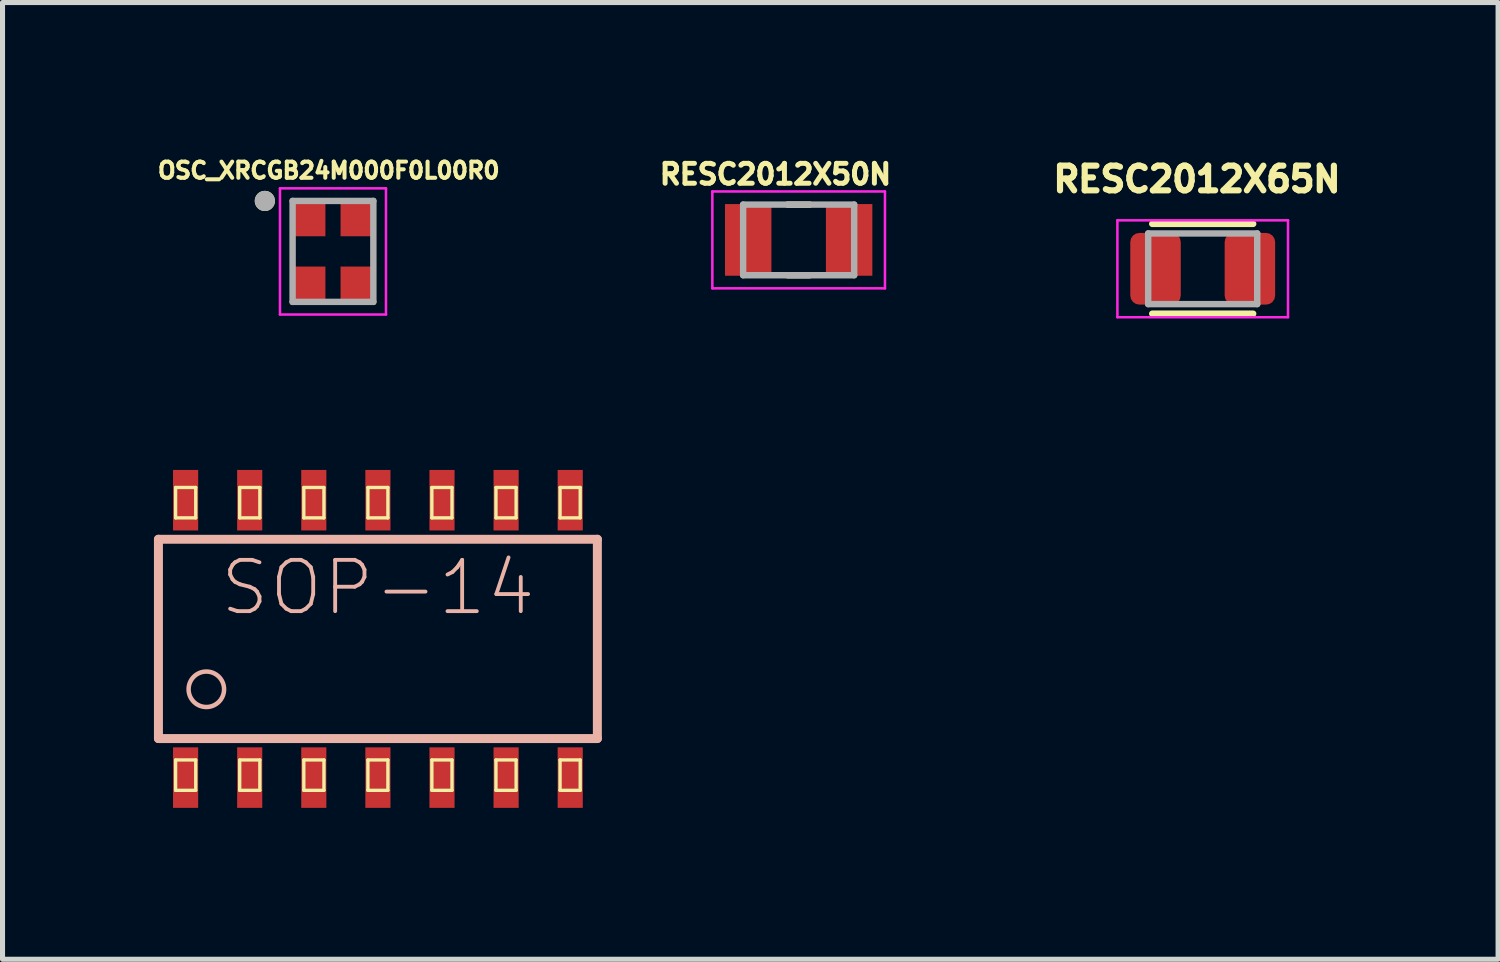
<source format=kicad_pcb>
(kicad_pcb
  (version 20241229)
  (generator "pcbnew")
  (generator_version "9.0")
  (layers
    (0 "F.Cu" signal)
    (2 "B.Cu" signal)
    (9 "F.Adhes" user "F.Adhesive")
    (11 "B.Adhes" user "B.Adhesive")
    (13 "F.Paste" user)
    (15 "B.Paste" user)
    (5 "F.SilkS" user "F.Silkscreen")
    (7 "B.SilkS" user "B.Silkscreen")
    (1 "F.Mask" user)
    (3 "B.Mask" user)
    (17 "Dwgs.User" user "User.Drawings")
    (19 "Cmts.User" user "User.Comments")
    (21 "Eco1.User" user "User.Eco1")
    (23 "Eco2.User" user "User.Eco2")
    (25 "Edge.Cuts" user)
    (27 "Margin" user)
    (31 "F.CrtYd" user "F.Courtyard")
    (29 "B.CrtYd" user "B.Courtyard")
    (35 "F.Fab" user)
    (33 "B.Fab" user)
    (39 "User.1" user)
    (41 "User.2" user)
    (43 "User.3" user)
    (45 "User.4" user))
  (footprint "RESC2012X65N"
    (layer "F.Cu")
    (at 20.778 2.275)
    (property "Reference" "RESC2012X65N" (at -0.114 -1.774 0) (layer "F.SilkS") (effects (font (size 0.489 0.489) (thickness 0.15))))
    (attr through_hole)
    (fp_line (start -1 -0.89) (end 1 -0.89) (stroke (width 0.127) (type solid)) (layer "F.SilkS"))
    (fp_line (start -1 0.89) (end 1 0.89) (stroke (width 0.127) (type solid)) (layer "F.SilkS"))
    (fp_line (start -1.69 -0.96) (end 1.69 -0.96) (stroke (width 0.05) (type solid)) (layer "F.CrtYd"))
    (fp_line (start -1.69 0.96) (end -1.69 -0.96) (stroke (width 0.05) (type solid)) (layer "F.CrtYd"))
    (fp_line (start 1.69 -0.96) (end 1.69 0.96) (stroke (width 0.05) (type solid)) (layer "F.CrtYd"))
    (fp_line (start 1.69 0.96) (end -1.69 0.96) (stroke (width 0.05) (type solid)) (layer "F.CrtYd"))
    (fp_line (start -1.08 -0.7) (end -1.08 0.7) (stroke (width 0.127) (type solid)) (layer "F.Fab"))
    (fp_line (start -1.08 -0.7) (end 1.08 -0.7) (stroke (width 0.127) (type solid)) (layer "F.Fab"))
    (fp_line (start -1.08 0.7) (end 1.08 0.7) (stroke (width 0.127) (type solid)) (layer "F.Fab"))
    (fp_line (start 1.08 -0.7) (end 1.08 0.7) (stroke (width 0.127) (type solid)) (layer "F.Fab"))
    (pad "1" smd roundrect (at -0.935 0) (size 1 1.42) (layers "F.Cu" "F.Mask" "F.Paste") (roundrect_rratio 0.18))
    (pad "2" smd roundrect (at 0.935 0) (size 1 1.42) (layers "F.Cu" "F.Mask" "F.Paste") (roundrect_rratio 0.18)))
  (footprint "RESC2012X50N"
    (layer "F.Cu")
    (at 12.773 1.703)
    (property "Reference" "RESC2012X50N" (at -0.46 -1.3 0) (layer "F.SilkS") (effects (font (size 0.394 0.394) (thickness 0.15))))
    (attr through_hole)
    (fp_line (start -0.22 -0.7) (end 0.22 -0.7) (stroke (width 0.127) (type solid)) (layer "F.SilkS"))
    (fp_line (start -0.22 0.7) (end 0.22 0.7) (stroke (width 0.127) (type solid)) (layer "F.SilkS"))
    (fp_line (start -1.71 -0.96) (end 1.71 -0.96) (stroke (width 0.05) (type solid)) (layer "F.CrtYd"))
    (fp_line (start -1.71 0.96) (end -1.71 -0.96) (stroke (width 0.05) (type solid)) (layer "F.CrtYd"))
    (fp_line (start -1.71 0.96) (end 1.71 0.96) (stroke (width 0.05) (type solid)) (layer "F.CrtYd"))
    (fp_line (start 1.71 0.96) (end 1.71 -0.96) (stroke (width 0.05) (type solid)) (layer "F.CrtYd"))
    (fp_line (start -1.1 0.7) (end -1.1 -0.7) (stroke (width 0.127) (type solid)) (layer "F.Fab"))
    (fp_line (start 1.1 -0.7) (end -1.1 -0.7) (stroke (width 0.127) (type solid)) (layer "F.Fab"))
    (fp_line (start 1.1 0.7) (end -1.1 0.7) (stroke (width 0.127) (type solid)) (layer "F.Fab"))
    (fp_line (start 1.1 0.7) (end 1.1 -0.7) (stroke (width 0.127) (type solid)) (layer "F.Fab"))
    (pad "1" smd rect (at -1 0) (size 0.92 1.42) (layers "F.Cu" "F.Mask" "F.Paste"))
    (pad "2" smd rect (at 1 0) (size 0.92 1.42) (layers "F.Cu" "F.Mask" "F.Paste")))
  (footprint "OSC_XRCGB24M000F0L00R0"
    (layer "F.Cu")
    (at 3.547 1.931)
    (property "Reference" "OSC_XRCGB24M000F0L00R0" (at -0.084 -1.603 0) (layer "F.SilkS") (effects (font (size 0.32 0.32) (thickness 0.15))))
    (attr through_hole)
    (fp_circle (center -1.35 -1) (end -1.25 -1) (stroke (width 0.2) (type solid)) (fill no) (layer "F.SilkS"))
    (fp_line (start -1.05 -1.25) (end 1.05 -1.25) (stroke (width 0.05) (type solid)) (layer "F.CrtYd"))
    (fp_line (start -1.05 1.25) (end -1.05 -1.25) (stroke (width 0.05) (type solid)) (layer "F.CrtYd"))
    (fp_line (start 1.05 -1.25) (end 1.05 1.25) (stroke (width 0.05) (type solid)) (layer "F.CrtYd"))
    (fp_line (start 1.05 1.25) (end -1.05 1.25) (stroke (width 0.05) (type solid)) (layer "F.CrtYd"))
    (fp_line (start -0.8 -1) (end 0.8 -1) (stroke (width 0.127) (type solid)) (layer "F.Fab"))
    (fp_line (start -0.8 1) (end -0.8 -1) (stroke (width 0.127) (type solid)) (layer "F.Fab"))
    (fp_line (start 0.8 -1) (end 0.8 1) (stroke (width 0.127) (type solid)) (layer "F.Fab"))
    (fp_line (start 0.8 1) (end -0.8 1) (stroke (width 0.127) (type solid)) (layer "F.Fab"))
    (fp_circle (center -1.35 -1) (end -1.25 -1) (stroke (width 0.2) (type solid)) (fill no) (layer "F.Fab"))
    (pad "1" smd rect (at -0.5 -0.675) (size 0.7 0.75) (layers "F.Cu" "F.Mask" "F.Paste"))
    (pad "2" smd rect (at -0.5 0.675) (size 0.7 0.75) (layers "F.Cu" "F.Mask" "F.Paste"))
    (pad "3" smd rect (at 0.5 0.675) (size 0.7 0.75) (layers "F.Cu" "F.Mask" "F.Paste"))
    (pad "4" smd rect (at 0.5 -0.675) (size 0.7 0.75) (layers "F.Cu" "F.Mask" "F.Paste")))
  (footprint "SOP-14"
    (layer "F.Cu")
    (at 4.437 9.608)
    (property "Reference" "SOP-14" (at 0 -1.016 180) (layer "B.SilkS") (effects (font (size 1.016 1.016) (thickness 0.076))))
    (attr smd)
    (fp_line (start -4.008 -3) (end -3.609 -3) (stroke (width 0.066) (type solid)) (layer "F.SilkS"))
    (fp_line (start -4.008 -2.398) (end -4.008 -3) (stroke (width 0.066) (type solid)) (layer "F.SilkS"))
    (fp_line (start -4.008 -2.398) (end -3.609 -2.398) (stroke (width 0.066) (type solid)) (layer "F.SilkS"))
    (fp_line (start -4.008 2.398) (end -3.609 2.398) (stroke (width 0.066) (type solid)) (layer "F.SilkS"))
    (fp_line (start -4.008 3) (end -4.008 2.398) (stroke (width 0.066) (type solid)) (layer "F.SilkS"))
    (fp_line (start -4.008 3) (end -3.609 3) (stroke (width 0.066) (type solid)) (layer "F.SilkS"))
    (fp_line (start -3.609 -2.398) (end -3.609 -3) (stroke (width 0.066) (type solid)) (layer "F.SilkS"))
    (fp_line (start -3.609 3) (end -3.609 2.398) (stroke (width 0.066) (type solid)) (layer "F.SilkS"))
    (fp_line (start -2.738 -3) (end -2.339 -3) (stroke (width 0.066) (type solid)) (layer "F.SilkS"))
    (fp_line (start -2.738 -2.398) (end -2.738 -3) (stroke (width 0.066) (type solid)) (layer "F.SilkS"))
    (fp_line (start -2.738 -2.398) (end -2.339 -2.398) (stroke (width 0.066) (type solid)) (layer "F.SilkS"))
    (fp_line (start -2.738 2.398) (end -2.339 2.398) (stroke (width 0.066) (type solid)) (layer "F.SilkS"))
    (fp_line (start -2.738 3) (end -2.738 2.398) (stroke (width 0.066) (type solid)) (layer "F.SilkS"))
    (fp_line (start -2.738 3) (end -2.339 3) (stroke (width 0.066) (type solid)) (layer "F.SilkS"))
    (fp_line (start -2.339 -2.398) (end -2.339 -3) (stroke (width 0.066) (type solid)) (layer "F.SilkS"))
    (fp_line (start -2.339 3) (end -2.339 2.398) (stroke (width 0.066) (type solid)) (layer "F.SilkS"))
    (fp_line (start -1.468 -3) (end -1.069 -3) (stroke (width 0.066) (type solid)) (layer "F.SilkS"))
    (fp_line (start -1.468 -2.398) (end -1.468 -3) (stroke (width 0.066) (type solid)) (layer "F.SilkS"))
    (fp_line (start -1.468 -2.398) (end -1.069 -2.398) (stroke (width 0.066) (type solid)) (layer "F.SilkS"))
    (fp_line (start -1.468 2.398) (end -1.069 2.398) (stroke (width 0.066) (type solid)) (layer "F.SilkS"))
    (fp_line (start -1.468 3) (end -1.468 2.398) (stroke (width 0.066) (type solid)) (layer "F.SilkS"))
    (fp_line (start -1.468 3) (end -1.069 3) (stroke (width 0.066) (type solid)) (layer "F.SilkS"))
    (fp_line (start -1.069 -2.398) (end -1.069 -3) (stroke (width 0.066) (type solid)) (layer "F.SilkS"))
    (fp_line (start -1.069 3) (end -1.069 2.398) (stroke (width 0.066) (type solid)) (layer "F.SilkS"))
    (fp_line (start -0.198 -3) (end 0.198 -3) (stroke (width 0.066) (type solid)) (layer "F.SilkS"))
    (fp_line (start -0.198 -2.398) (end -0.198 -3) (stroke (width 0.066) (type solid)) (layer "F.SilkS"))
    (fp_line (start -0.198 -2.398) (end 0.198 -2.398) (stroke (width 0.066) (type solid)) (layer "F.SilkS"))
    (fp_line (start -0.198 2.398) (end 0.198 2.398) (stroke (width 0.066) (type solid)) (layer "F.SilkS"))
    (fp_line (start -0.198 3) (end -0.198 2.398) (stroke (width 0.066) (type solid)) (layer "F.SilkS"))
    (fp_line (start -0.198 3) (end 0.198 3) (stroke (width 0.066) (type solid)) (layer "F.SilkS"))
    (fp_line (start 0.198 -2.398) (end 0.198 -3) (stroke (width 0.066) (type solid)) (layer "F.SilkS"))
    (fp_line (start 0.198 3) (end 0.198 2.398) (stroke (width 0.066) (type solid)) (layer "F.SilkS"))
    (fp_line (start 1.069 -3) (end 1.468 -3) (stroke (width 0.066) (type solid)) (layer "F.SilkS"))
    (fp_line (start 1.069 -2.398) (end 1.069 -3) (stroke (width 0.066) (type solid)) (layer "F.SilkS"))
    (fp_line (start 1.069 -2.398) (end 1.468 -2.398) (stroke (width 0.066) (type solid)) (layer "F.SilkS"))
    (fp_line (start 1.069 2.398) (end 1.468 2.398) (stroke (width 0.066) (type solid)) (layer "F.SilkS"))
    (fp_line (start 1.069 3) (end 1.069 2.398) (stroke (width 0.066) (type solid)) (layer "F.SilkS"))
    (fp_line (start 1.069 3) (end 1.468 3) (stroke (width 0.066) (type solid)) (layer "F.SilkS"))
    (fp_line (start 1.468 -2.398) (end 1.468 -3) (stroke (width 0.066) (type solid)) (layer "F.SilkS"))
    (fp_line (start 1.468 3) (end 1.468 2.398) (stroke (width 0.066) (type solid)) (layer "F.SilkS"))
    (fp_line (start 2.339 -3) (end 2.738 -3) (stroke (width 0.066) (type solid)) (layer "F.SilkS"))
    (fp_line (start 2.339 -2.398) (end 2.339 -3) (stroke (width 0.066) (type solid)) (layer "F.SilkS"))
    (fp_line (start 2.339 -2.398) (end 2.738 -2.398) (stroke (width 0.066) (type solid)) (layer "F.SilkS"))
    (fp_line (start 2.339 2.398) (end 2.738 2.398) (stroke (width 0.066) (type solid)) (layer "F.SilkS"))
    (fp_line (start 2.339 3) (end 2.339 2.398) (stroke (width 0.066) (type solid)) (layer "F.SilkS"))
    (fp_line (start 2.339 3) (end 2.738 3) (stroke (width 0.066) (type solid)) (layer "F.SilkS"))
    (fp_line (start 2.738 -2.398) (end 2.738 -3) (stroke (width 0.066) (type solid)) (layer "F.SilkS"))
    (fp_line (start 2.738 3) (end 2.738 2.398) (stroke (width 0.066) (type solid)) (layer "F.SilkS"))
    (fp_line (start 3.609 -3) (end 4.008 -3) (stroke (width 0.066) (type solid)) (layer "F.SilkS"))
    (fp_line (start 3.609 -2.398) (end 3.609 -3) (stroke (width 0.066) (type solid)) (layer "F.SilkS"))
    (fp_line (start 3.609 -2.398) (end 4.008 -2.398) (stroke (width 0.066) (type solid)) (layer "F.SilkS"))
    (fp_line (start 3.609 2.398) (end 4.008 2.398) (stroke (width 0.066) (type solid)) (layer "F.SilkS"))
    (fp_line (start 3.609 3) (end 3.609 2.398) (stroke (width 0.066) (type solid)) (layer "F.SilkS"))
    (fp_line (start 3.609 3) (end 4.008 3) (stroke (width 0.066) (type solid)) (layer "F.SilkS"))
    (fp_line (start 4.008 -2.398) (end 4.008 -3) (stroke (width 0.066) (type solid)) (layer "F.SilkS"))
    (fp_line (start 4.008 3) (end 4.008 2.398) (stroke (width 0.066) (type solid)) (layer "F.SilkS"))
    (fp_line (start -4.348 -1.974) (end 4.348 -1.974) (stroke (width 0.178) (type solid)) (layer "B.SilkS"))
    (fp_line (start -4.348 1.974) (end -4.348 -1.974) (stroke (width 0.178) (type solid)) (layer "B.SilkS"))
    (fp_line (start 4.348 -1.974) (end 4.348 1.974) (stroke (width 0.178) (type solid)) (layer "B.SilkS"))
    (fp_line (start 4.348 1.974) (end -4.348 1.974) (stroke (width 0.178) (type solid)) (layer "B.SilkS"))
    (fp_circle (center -3.399 0.998) (end -3.647 1.247) (stroke (width 0.089) (type solid)) (fill no) (layer "B.SilkS"))
    (pad "1" smd rect (at -3.81 2.748 180) (size 0.498 1.199) (layers "F.Cu" "F.Mask" "F.Paste"))
    (pad "2" smd rect (at -2.54 2.748 180) (size 0.498 1.199) (layers "F.Cu" "F.Mask" "F.Paste"))
    (pad "3" smd rect (at -1.27 2.748 180) (size 0.498 1.199) (layers "F.Cu" "F.Mask" "F.Paste"))
    (pad "4" smd rect (at 0 2.748 180) (size 0.498 1.199) (layers "F.Cu" "F.Mask" "F.Paste"))
    (pad "5" smd rect (at 1.27 2.748 180) (size 0.498 1.199) (layers "F.Cu" "F.Mask" "F.Paste"))
    (pad "6" smd rect (at 2.54 2.748 180) (size 0.498 1.199) (layers "F.Cu" "F.Mask" "F.Paste"))
    (pad "7" smd rect (at 3.81 2.748 180) (size 0.498 1.199) (layers "F.Cu" "F.Mask" "F.Paste"))
    (pad "8" smd rect (at 3.81 -2.748) (size 0.498 1.199) (layers "F.Cu" "F.Mask" "F.Paste"))
    (pad "9" smd rect (at 2.54 -2.748) (size 0.498 1.199) (layers "F.Cu" "F.Mask" "F.Paste"))
    (pad "10" smd rect (at 1.27 -2.748) (size 0.498 1.199) (layers "F.Cu" "F.Mask" "F.Paste"))
    (pad "11" smd rect (at 0 -2.748) (size 0.498 1.199) (layers "F.Cu" "F.Mask" "F.Paste"))
    (pad "12" smd rect (at -1.27 -2.748) (size 0.498 1.199) (layers "F.Cu" "F.Mask" "F.Paste"))
    (pad "13" smd rect (at -2.54 -2.748) (size 0.498 1.199) (layers "F.Cu" "F.Mask" "F.Paste"))
    (pad "14" smd rect (at -3.81 -2.748) (size 0.498 1.199) (layers "F.Cu" "F.Mask" "F.Paste")))
  (gr_rect
    (start -3 -3)
    (end 26.63 15.955)
    (stroke (width 0.1) (type default))
    (fill no)
    (layer "Edge.Cuts")))
</source>
